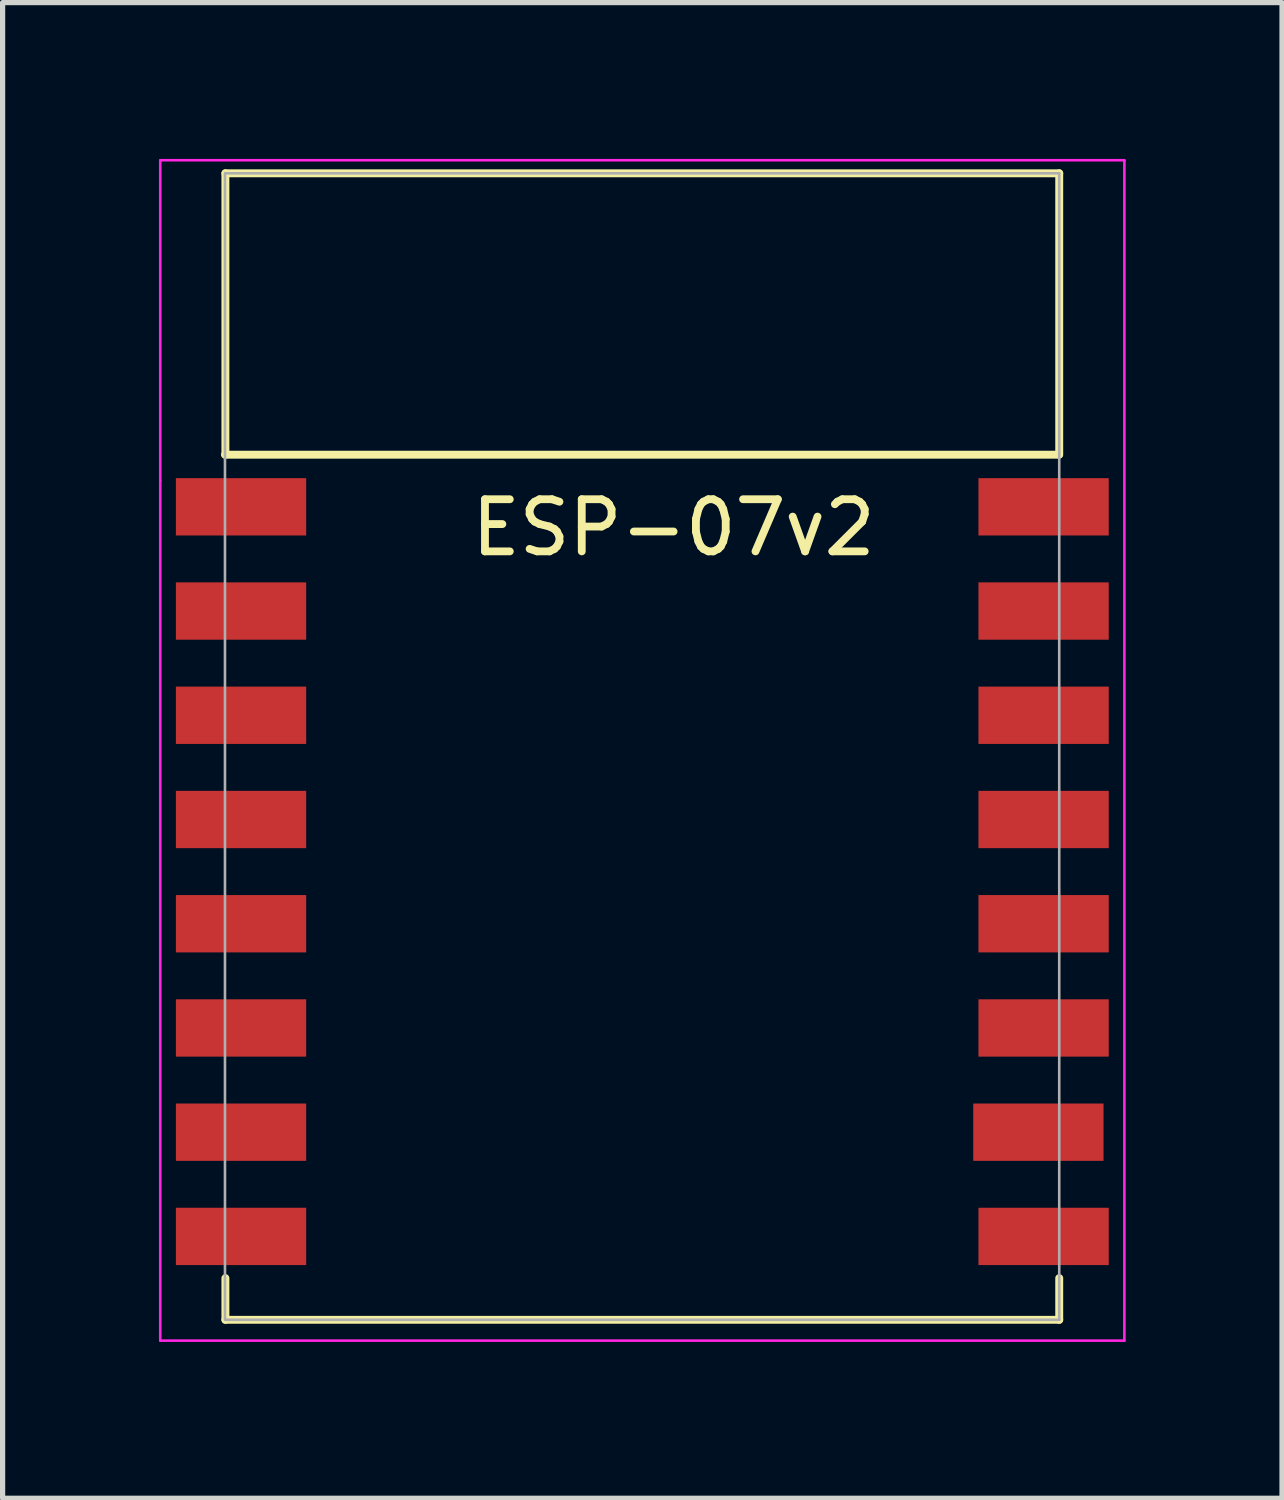
<source format=kicad_pcb>
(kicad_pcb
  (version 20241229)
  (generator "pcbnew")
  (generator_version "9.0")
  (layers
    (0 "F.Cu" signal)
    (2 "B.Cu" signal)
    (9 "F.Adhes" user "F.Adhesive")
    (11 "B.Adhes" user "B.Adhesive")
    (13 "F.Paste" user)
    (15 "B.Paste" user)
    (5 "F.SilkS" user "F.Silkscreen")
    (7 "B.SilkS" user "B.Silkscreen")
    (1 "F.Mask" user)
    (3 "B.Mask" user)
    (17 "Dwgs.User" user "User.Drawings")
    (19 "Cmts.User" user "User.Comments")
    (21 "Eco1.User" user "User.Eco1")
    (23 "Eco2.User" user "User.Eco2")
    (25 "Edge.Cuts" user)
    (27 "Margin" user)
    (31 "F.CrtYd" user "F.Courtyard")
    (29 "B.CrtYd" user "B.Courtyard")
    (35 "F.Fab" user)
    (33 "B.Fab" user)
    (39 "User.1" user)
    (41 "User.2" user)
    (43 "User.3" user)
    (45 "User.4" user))
  (footprint "ESP-07v2"
    (layer "F.Cu")
    (at 2.275 6.675)
    (property "Reference" "ESP-07v2" (at 7.6 0.4 0) (layer "F.SilkS") (effects (font (size 1 1) (thickness 0.15))))
    (attr through_hole)
    (fp_line (start -1.008 -1) (end 14.992 -1) (stroke (width 0.152) (type solid)) (layer "F.SilkS"))
    (fp_line (start -1 -6.4) (end -1 -1) (stroke (width 0.152) (type solid)) (layer "F.SilkS"))
    (fp_line (start -1 -6.4) (end 15 -6.4) (stroke (width 0.152) (type solid)) (layer "F.SilkS"))
    (fp_line (start -1 14.8) (end -1 15.6) (stroke (width 0.152) (type solid)) (layer "F.SilkS"))
    (fp_line (start -1 15.6) (end 15 15.6) (stroke (width 0.152) (type solid)) (layer "F.SilkS"))
    (fp_line (start 15 -6.4) (end 15 -1) (stroke (width 0.152) (type solid)) (layer "F.SilkS"))
    (fp_line (start 15 15.6) (end 15 14.8) (stroke (width 0.152) (type solid)) (layer "F.SilkS"))
    (fp_line (start -2.25 -6.65) (end 16.25 -6.65) (stroke (width 0.05) (type solid)) (layer "F.CrtYd"))
    (fp_line (start -2.25 -0.5) (end -2.25 -6.65) (stroke (width 0.05) (type solid)) (layer "F.CrtYd"))
    (fp_line (start -2.25 16) (end -2.25 -0.5) (stroke (width 0.05) (type solid)) (layer "F.CrtYd"))
    (fp_line (start 16.25 -6.65) (end 16.25 16) (stroke (width 0.05) (type solid)) (layer "F.CrtYd"))
    (fp_line (start 16.25 16) (end -2.25 16) (stroke (width 0.05) (type solid)) (layer "F.CrtYd"))
    (fp_line (start -1.008 15.6) (end -1.008 -6.4) (stroke (width 0.05) (type solid)) (layer "F.Fab"))
    (fp_line (start -1 -6.4) (end 15 -6.4) (stroke (width 0.05) (type solid)) (layer "F.Fab"))
    (fp_line (start 15 -6.4) (end 15 15.6) (stroke (width 0.05) (type solid)) (layer "F.Fab"))
    (fp_line (start 15 15.6) (end -1 15.6) (stroke (width 0.05) (type solid)) (layer "F.Fab"))
    (pad "1" smd rect (at 0 0) (size 2.5 1.1) (drill (offset -0.7 0)) (layers "F.Cu" "F.Mask" "F.Paste"))
    (pad "2" smd rect (at 0 2) (size 2.5 1.1) (drill (offset -0.7 0)) (layers "F.Cu" "F.Mask" "F.Paste"))
    (pad "3" smd rect (at 0 4) (size 2.5 1.1) (drill (offset -0.7 0)) (layers "F.Cu" "F.Mask" "F.Paste"))
    (pad "4" smd rect (at 0 6) (size 2.5 1.1) (drill (offset -0.7 0)) (layers "F.Cu" "F.Mask" "F.Paste"))
    (pad "5" smd rect (at 0 8) (size 2.5 1.1) (drill (offset -0.7 0)) (layers "F.Cu" "F.Mask" "F.Paste"))
    (pad "6" smd rect (at 0 10) (size 2.5 1.1) (drill (offset -0.7 0)) (layers "F.Cu" "F.Mask" "F.Paste"))
    (pad "7" smd rect (at 0 12) (size 2.5 1.1) (drill (offset -0.7 0)) (layers "F.Cu" "F.Mask" "F.Paste"))
    (pad "8" smd rect (at 0 14) (size 2.5 1.1) (drill (offset -0.7 0)) (layers "F.Cu" "F.Mask" "F.Paste"))
    (pad "9" smd rect (at 14 14) (size 2.5 1.1) (drill (offset 0.7 0)) (layers "F.Cu" "F.Mask" "F.Paste"))
    (pad "10" smd rect (at 14 12) (size 2.5 1.1) (drill (offset 0.6 0)) (layers "F.Cu" "F.Mask" "F.Paste"))
    (pad "11" smd rect (at 14 10) (size 2.5 1.1) (drill (offset 0.7 0)) (layers "F.Cu" "F.Mask" "F.Paste"))
    (pad "12" smd rect (at 14 8) (size 2.5 1.1) (drill (offset 0.7 0)) (layers "F.Cu" "F.Mask" "F.Paste"))
    (pad "13" smd rect (at 14 6) (size 2.5 1.1) (drill (offset 0.7 0)) (layers "F.Cu" "F.Mask" "F.Paste"))
    (pad "14" smd rect (at 14 4) (size 2.5 1.1) (drill (offset 0.7 0)) (layers "F.Cu" "F.Mask" "F.Paste"))
    (pad "15" smd rect (at 14 2) (size 2.5 1.1) (drill (offset 0.7 0)) (layers "F.Cu" "F.Mask" "F.Paste"))
    (pad "16" smd rect (at 14 0) (size 2.5 1.1) (drill (offset 0.7 0)) (layers "F.Cu" "F.Mask" "F.Paste")))
  (gr_rect
    (start -3 -3)
    (end 21.55 25.7)
    (stroke (width 0.1) (type default))
    (fill no)
    (layer "Edge.Cuts")))
</source>
